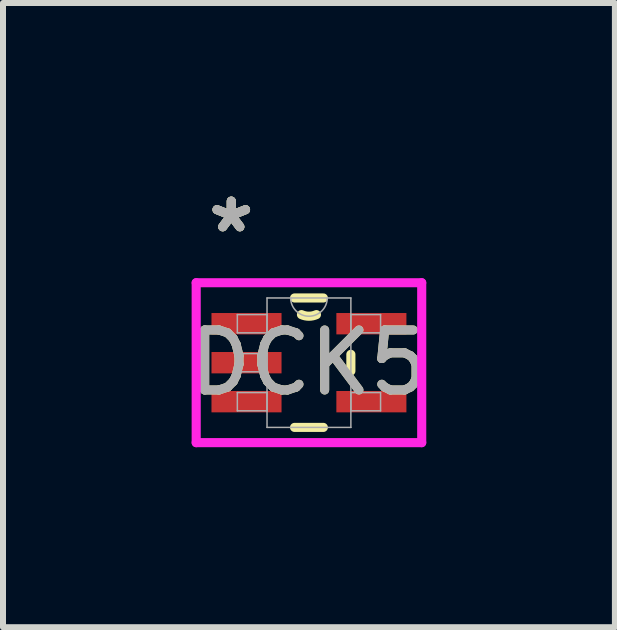
<source format=kicad_pcb>
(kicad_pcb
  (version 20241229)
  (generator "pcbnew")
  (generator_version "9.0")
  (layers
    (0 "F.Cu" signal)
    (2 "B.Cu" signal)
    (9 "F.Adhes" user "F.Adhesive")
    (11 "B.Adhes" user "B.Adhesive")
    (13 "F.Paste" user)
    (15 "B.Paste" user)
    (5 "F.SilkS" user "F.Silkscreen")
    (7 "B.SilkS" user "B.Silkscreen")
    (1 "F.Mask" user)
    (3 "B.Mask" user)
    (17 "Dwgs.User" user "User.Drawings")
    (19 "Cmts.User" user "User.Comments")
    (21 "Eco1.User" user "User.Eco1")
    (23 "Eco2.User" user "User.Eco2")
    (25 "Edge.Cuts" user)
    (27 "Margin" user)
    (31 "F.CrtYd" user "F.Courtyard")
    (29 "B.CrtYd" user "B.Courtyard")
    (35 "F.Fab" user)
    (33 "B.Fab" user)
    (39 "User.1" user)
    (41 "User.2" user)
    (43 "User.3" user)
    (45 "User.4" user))
  (footprint "DCK5"
    (layer "F.Cu")
    (at 2.101 2.997)
    (property "Reference" "DCK5" (at 0 0 0) (unlocked yes) (layer "F.SilkS") (effects (font (size 1 1) (thickness 0.15))))
    (attr smd)
    (fp_line (start -0.24 1.079) (end 0.24 1.079) (stroke (width 0.152) (type solid)) (layer "F.SilkS"))
    (fp_line (start 0.24 -1.079) (end -0.24 -1.079) (stroke (width 0.152) (type solid)) (layer "F.SilkS"))
    (fp_line (start 0.699 0.139) (end 0.699 -0.139) (stroke (width 0.152) (type solid)) (layer "F.SilkS"))
    (fp_arc (start 0.12446 -0.801269) (mid 0 -0.7747) (end -0.12446 -0.801269) (stroke (width 0.1524) (type solid)) (layer "F.SilkS"))
    (fp_line (start -1.88 -1.333) (end 1.88 -1.333) (stroke (width 0.152) (type solid)) (layer "F.CrtYd"))
    (fp_line (start -1.88 1.333) (end -1.88 -1.333) (stroke (width 0.152) (type solid)) (layer "F.CrtYd"))
    (fp_line (start 1.88 -1.333) (end 1.88 1.333) (stroke (width 0.152) (type solid)) (layer "F.CrtYd"))
    (fp_line (start 1.88 1.333) (end -1.88 1.333) (stroke (width 0.152) (type solid)) (layer "F.CrtYd"))
    (fp_line (start -1.194 -0.802) (end -1.194 -0.498) (stroke (width 0.025) (type solid)) (layer "F.Fab"))
    (fp_line (start -1.194 -0.498) (end -0.699 -0.498) (stroke (width 0.025) (type solid)) (layer "F.Fab"))
    (fp_line (start -1.194 -0.152) (end -1.194 0.152) (stroke (width 0.025) (type solid)) (layer "F.Fab"))
    (fp_line (start -1.194 0.152) (end -0.699 0.152) (stroke (width 0.025) (type solid)) (layer "F.Fab"))
    (fp_line (start -1.194 0.498) (end -1.194 0.802) (stroke (width 0.025) (type solid)) (layer "F.Fab"))
    (fp_line (start -1.194 0.802) (end -0.699 0.802) (stroke (width 0.025) (type solid)) (layer "F.Fab"))
    (fp_line (start -0.699 -1.079) (end -0.699 1.079) (stroke (width 0.025) (type solid)) (layer "F.Fab"))
    (fp_line (start -0.699 -0.802) (end -1.194 -0.802) (stroke (width 0.025) (type solid)) (layer "F.Fab"))
    (fp_line (start -0.699 -0.498) (end -0.699 -0.802) (stroke (width 0.025) (type solid)) (layer "F.Fab"))
    (fp_line (start -0.699 -0.152) (end -1.194 -0.152) (stroke (width 0.025) (type solid)) (layer "F.Fab"))
    (fp_line (start -0.699 0.152) (end -0.699 -0.152) (stroke (width 0.025) (type solid)) (layer "F.Fab"))
    (fp_line (start -0.699 0.498) (end -1.194 0.498) (stroke (width 0.025) (type solid)) (layer "F.Fab"))
    (fp_line (start -0.699 0.802) (end -0.699 0.498) (stroke (width 0.025) (type solid)) (layer "F.Fab"))
    (fp_line (start -0.699 1.079) (end 0.699 1.079) (stroke (width 0.025) (type solid)) (layer "F.Fab"))
    (fp_line (start 0.699 -1.079) (end -0.699 -1.079) (stroke (width 0.025) (type solid)) (layer "F.Fab"))
    (fp_line (start 0.699 -0.802) (end 0.699 -0.498) (stroke (width 0.025) (type solid)) (layer "F.Fab"))
    (fp_line (start 0.699 -0.498) (end 1.194 -0.498) (stroke (width 0.025) (type solid)) (layer "F.Fab"))
    (fp_line (start 0.699 0.498) (end 0.699 0.802) (stroke (width 0.025) (type solid)) (layer "F.Fab"))
    (fp_line (start 0.699 0.802) (end 1.194 0.802) (stroke (width 0.025) (type solid)) (layer "F.Fab"))
    (fp_line (start 0.699 1.079) (end 0.699 -1.079) (stroke (width 0.025) (type solid)) (layer "F.Fab"))
    (fp_line (start 1.194 -0.802) (end 0.699 -0.802) (stroke (width 0.025) (type solid)) (layer "F.Fab"))
    (fp_line (start 1.194 -0.498) (end 1.194 -0.802) (stroke (width 0.025) (type solid)) (layer "F.Fab"))
    (fp_line (start 1.194 0.498) (end 0.699 0.498) (stroke (width 0.025) (type solid)) (layer "F.Fab"))
    (fp_line (start 1.194 0.802) (end 1.194 0.498) (stroke (width 0.025) (type solid)) (layer "F.Fab"))
    (fp_arc (start 0.3048 -1.0795) (mid 0 -0.7747) (end -0.3048 -1.0795) (stroke (width 0.0254) (type solid)) (layer "F.Fab"))
    (fp_text user "*" (at -1.295 -2.149 0) (layer "F.SilkS") (effects (font (size 1 1) (thickness 0.15))))
    (fp_text user "*" (at -1.295 -2.149 0) (unlocked yes) (layer "F.SilkS") (effects (font (size 1 1) (thickness 0.15))))
    (fp_text user "*" (at -1.295 -2.149 0) (layer "F.Fab") (effects (font (size 1 1) (thickness 0.15))))
    (fp_text user "*" (at -1.295 -2.149 0) (unlocked yes) (layer "F.Fab") (effects (font (size 1 1) (thickness 0.15))))
    (fp_text user "${REFERENCE}" (at 0 0 0) (unlocked yes) (layer "F.Fab") (effects (font (size 1 1) (thickness 0.15))))
    (pad "1" smd rect (at -1.041 -0.65) (size 1.168 0.356) (layers "F.Cu" "F.Mask" "F.Paste"))
    (pad "2" smd rect (at -1.041 0) (size 1.168 0.356) (layers "F.Cu" "F.Mask" "F.Paste"))
    (pad "3" smd rect (at -1.041 0.65) (size 1.168 0.356) (layers "F.Cu" "F.Mask" "F.Paste"))
    (pad "4" smd rect (at 1.041 0.65) (size 1.168 0.356) (layers "F.Cu" "F.Mask" "F.Paste"))
    (pad "5" smd rect (at 1.041 -0.65) (size 1.168 0.356) (layers "F.Cu" "F.Mask" "F.Paste")))
  (gr_rect
    (start -3 -3)
    (end 7.202 7.407)
    (stroke (width 0.1) (type default))
    (fill no)
    (layer "Edge.Cuts")))
</source>
